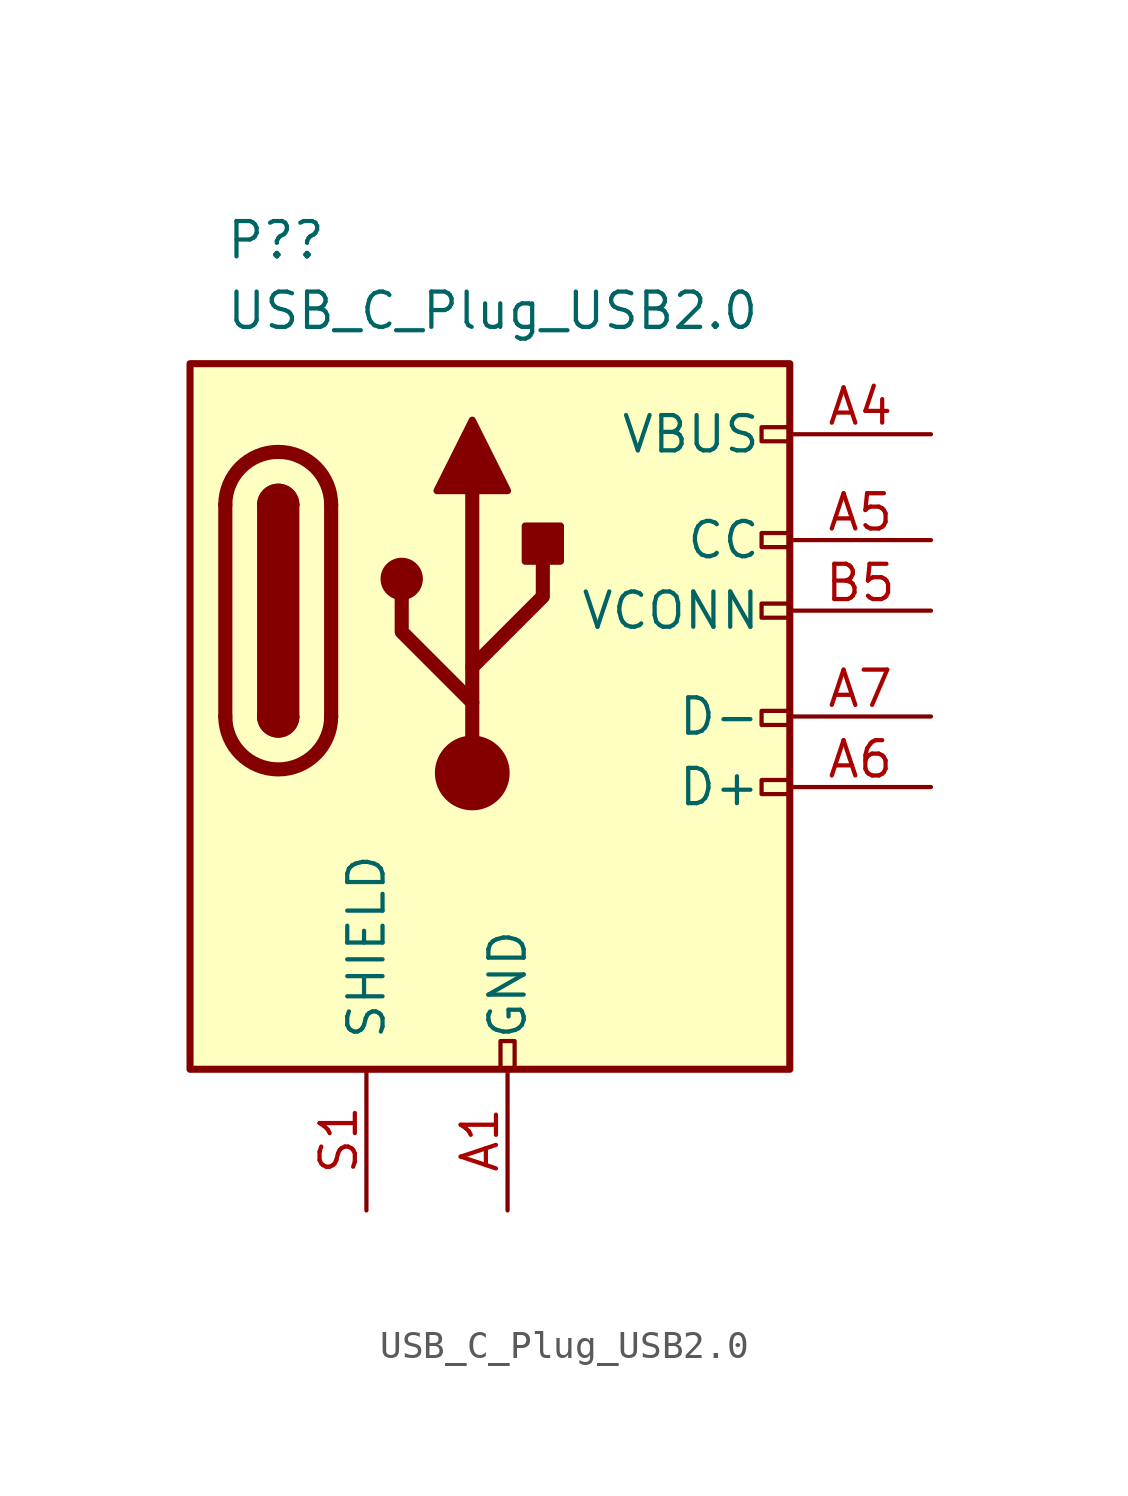
<source format=kicad_sym>
(kicad_symbol_lib
  (version 20211014)
  (generator kicad_symbol_editor)
  (symbol "USB_C_Plug_USB2.0"
    (pin_names
      (offset 1.016))
    (property "Reference" "P?"
      (at -10.16 17.145 0)
      (effects (font (size 1.27 1.27)) (justify left)))
    (property "Value" "USB_C_Plug_USB2.0"
      (at -10.16 14.605 0)
      (effects (font (size 1.27 1.27)) (justify left)))
    (symbol "USB_C_Plug_USB2.0_0_0"
      (rectangle (start -0.254 -12.7) (end 0.254 -11.684) (stroke (width 0) (type default) (color 0 0 0 0)) (fill (type none)))
      (rectangle (start 10.16 -2.286) (end 9.144 -2.794) (stroke (width 0) (type default) (color 0 0 0 0)) (fill (type none)))
      (rectangle (start 10.16 0.203) (end 9.144 -0.305) (stroke (width 0) (type default) (color 0 0 0 0)) (fill (type none)))
      (rectangle (start 10.16 4.064) (end 9.144 3.556) (stroke (width 0) (type default) (color 0 0 0 0)) (fill (type none)))
      (rectangle (start 10.16 6.604) (end 9.144 6.096) (stroke (width 0) (type default) (color 0 0 0 0)) (fill (type none)))
      (rectangle (start 10.16 10.414) (end 9.144 9.906) (stroke (width 0) (type default) (color 0 0 0 0)) (fill (type none))))
    (symbol "USB_C_Plug_USB2.0_0_1"
      (rectangle (start -11.43 12.7) (end 10.16 -12.7) (stroke (width 0.254) (type default) (color 0 0 0 0)) (fill (type background)))
      (arc (start -10.16 0) (mid -8.255 -1.905) (end -6.35 0) (stroke (width 0.508) (type default) (color 0 0 0 0)) (fill (type none)))
      (arc (start -8.89 0) (mid -8.255 -0.635) (end -7.62 0) (stroke (width 0.254) (type default) (color 0 0 0 0)) (fill (type none)))
      (arc (start -8.89 0) (mid -8.255 -0.635) (end -7.62 0) (stroke (width 0.254) (type default) (color 0 0 0 0)) (fill (type outline)))
      (rectangle (start -8.89 0) (end -7.62 7.62) (stroke (width 0.254) (type default) (color 0 0 0 0)) (fill (type outline)))
      (arc (start -7.62 7.62) (mid -8.255 8.255) (end -8.89 7.62) (stroke (width 0.254) (type default) (color 0 0 0 0)) (fill (type none)))
      (arc (start -7.62 7.62) (mid -8.255 8.255) (end -8.89 7.62) (stroke (width 0.254) (type default) (color 0 0 0 0)) (fill (type outline)))
      (arc (start -6.35 7.62) (mid -8.255 9.525) (end -10.16 7.62) (stroke (width 0.508) (type default) (color 0 0 0 0)) (fill (type none)))
      (circle (center -3.81 4.953) (radius 0.635) (stroke (width 0.254) (type default) (color 0 0 0 0)) (fill (type outline)))
      (circle (center -1.27 -2.032) (radius 1.27) (stroke (width 0) (type default) (color 0 0 0 0)) (fill (type outline)))
      (polyline (pts (xy -10.16 0) (xy -10.16 7.62)) (stroke (width 0.508) (type default) (color 0 0 0 0)) (fill (type none)))
      (polyline (pts (xy -6.35 7.62) (xy -6.35 0)) (stroke (width 0.508) (type default) (color 0 0 0 0)) (fill (type none)))
      (polyline (pts (xy -1.27 -2.032) (xy -1.27 8.128)) (stroke (width 0.508) (type default) (color 0 0 0 0)) (fill (type none)))
      (polyline (pts (xy -1.27 0.508) (xy -3.81 3.048) (xy -3.81 4.318)) (stroke (width 0.508) (type default) (color 0 0 0 0)) (fill (type none)))
      (polyline (pts (xy -1.27 1.778) (xy 1.27 4.318) (xy 1.27 5.588)) (stroke (width 0.508) (type default) (color 0 0 0 0)) (fill (type none)))
      (polyline (pts (xy -2.54 8.128) (xy -1.27 10.668) (xy 0 8.128) (xy -2.54 8.128)) (stroke (width 0.254) (type default) (color 0 0 0 0)) (fill (type outline)))
      (rectangle (start 0.635 5.588) (end 1.905 6.858) (stroke (width 0.254) (type default) (color 0 0 0 0)) (fill (type outline))))
    (symbol "USB_C_Plug_USB2.0_1_1"
      (pin passive line (at 0 -17.78 90) (length 5.08) (name "GND" (effects (font (size 1.27 1.27)))) (number "A1" (effects (font (size 1.27 1.27)))))
      (pin passive line (at 0 -17.78 90) (length 5.08) hide (name "GND" (effects (font (size 1.27 1.27)))) (number "A12" (effects (font (size 1.27 1.27)))))
      (pin passive line (at 15.24 10.16 180) (length 5.08) (name "VBUS" (effects (font (size 1.27 1.27)))) (number "A4" (effects (font (size 1.27 1.27)))))
      (pin bidirectional line (at 15.24 6.35 180) (length 5.08) (name "CC" (effects (font (size 1.27 1.27)))) (number "A5" (effects (font (size 1.27 1.27)))))
      (pin bidirectional line (at 15.24 -2.54 180) (length 5.08) (name "D+" (effects (font (size 1.27 1.27)))) (number "A6" (effects (font (size 1.27 1.27)))))
      (pin bidirectional line (at 15.24 0 180) (length 5.08) (name "D-" (effects (font (size 1.27 1.27)))) (number "A7" (effects (font (size 1.27 1.27)))))
      (pin passive line (at 15.24 10.16 180) (length 5.08) hide (name "VBUS" (effects (font (size 1.27 1.27)))) (number "A9" (effects (font (size 1.27 1.27)))))
      (pin passive line (at 0 -17.78 90) (length 5.08) hide (name "GND" (effects (font (size 1.27 1.27)))) (number "B1" (effects (font (size 1.27 1.27)))))
      (pin passive line (at 0 -17.78 90) (length 5.08) hide (name "GND" (effects (font (size 1.27 1.27)))) (number "B12" (effects (font (size 1.27 1.27)))))
      (pin passive line (at 15.24 10.16 180) (length 5.08) hide (name "VBUS" (effects (font (size 1.27 1.27)))) (number "B4" (effects (font (size 1.27 1.27)))))
      (pin bidirectional line (at 15.24 3.81 180) (length 5.08) (name "VCONN" (effects (font (size 1.27 1.27)))) (number "B5" (effects (font (size 1.27 1.27)))))
      (pin passive line (at 15.24 10.16 180) (length 5.08) hide (name "VBUS" (effects (font (size 1.27 1.27)))) (number "B9" (effects (font (size 1.27 1.27)))))
      (pin passive line (at -5.08 -17.78 90) (length 5.08) (name "SHIELD" (effects (font (size 1.27 1.27)))) (number "S1" (effects (font (size 1.27 1.27))))))))
</source>
